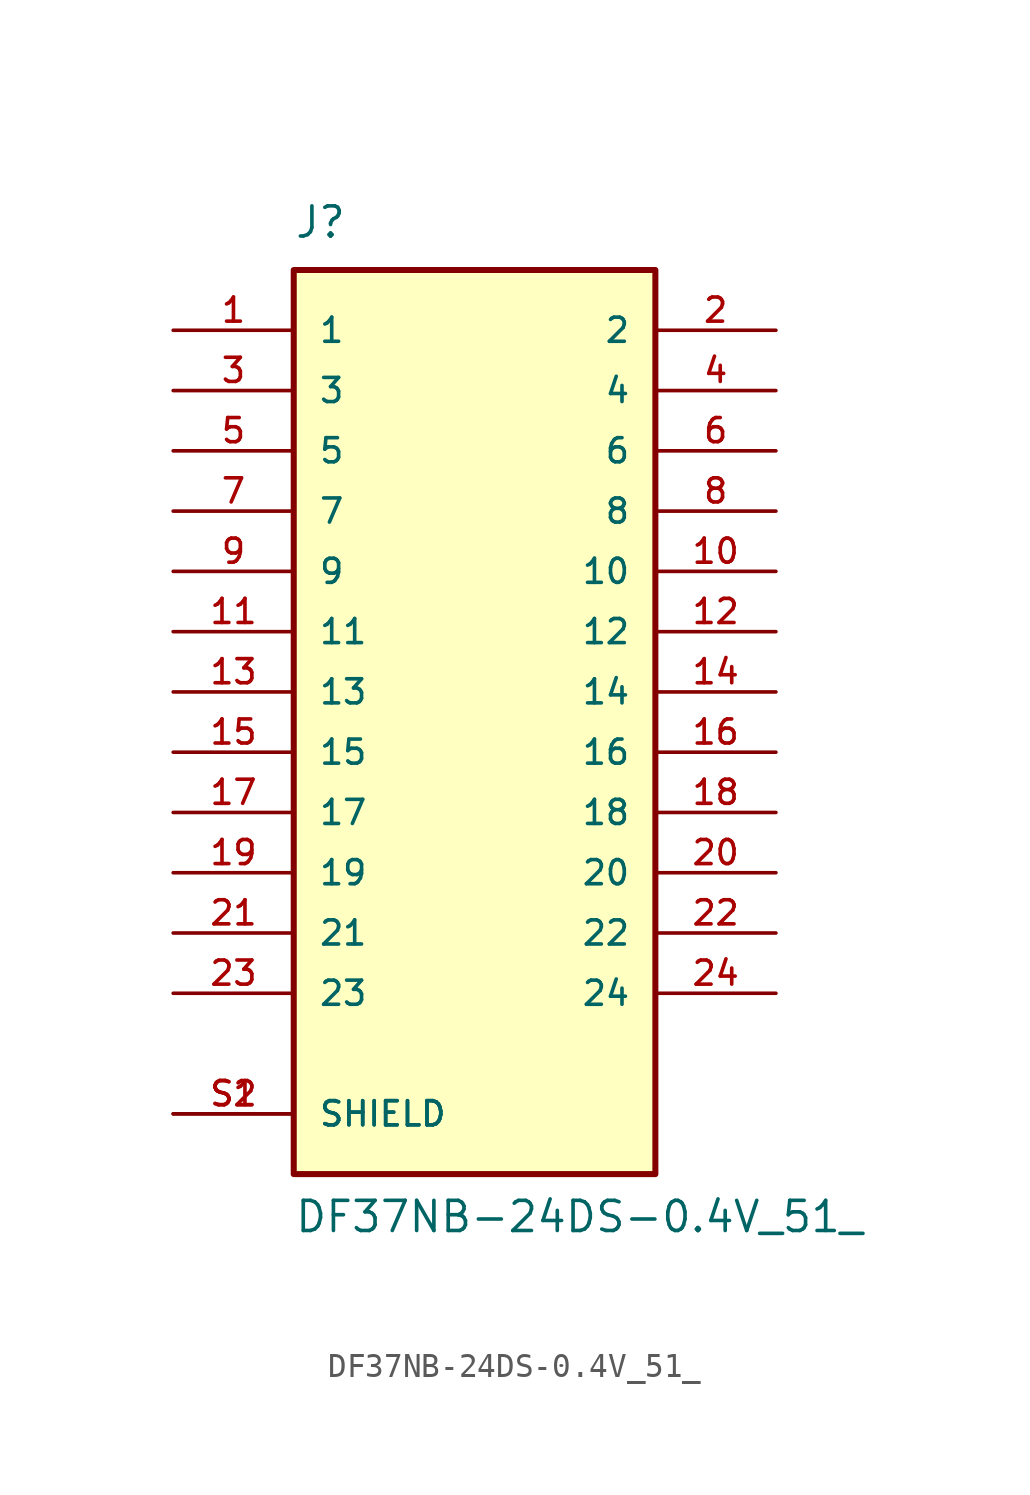
<source format=kicad_sym>
(kicad_symbol_lib
  (version 20211014)
  (generator kicad_symbol_editor)
  (symbol "DF37NB-24DS-0.4V_51_"
    (pin_names
      (offset 1.016))
    (property "Reference" "J"
      (at -7.62 19.05 0)
      (effects (font (size 1.27 1.27)) (justify bottom left)))
    (property "Value" "DF37NB-24DS-0.4V_51_"
      (at -7.62 -22.86 0)
      (effects (font (size 1.27 1.27)) (justify bottom left)))
    (symbol "DF37NB-24DS-0.4V_51__0_0"
      (rectangle (start -7.62 -20.32) (end 7.62 17.78) (stroke (width 0.254)) (fill (type background)))
      (pin passive line (at -12.7 15.24 0) (length 5.08) (name "1" (effects (font (size 1.016 1.016)))) (number "1" (effects (font (size 1.016 1.016)))))
      (pin passive line (at 12.7 15.24 180.0) (length 5.08) (name "2" (effects (font (size 1.016 1.016)))) (number "2" (effects (font (size 1.016 1.016)))))
      (pin passive line (at -12.7 12.7 0) (length 5.08) (name "3" (effects (font (size 1.016 1.016)))) (number "3" (effects (font (size 1.016 1.016)))))
      (pin passive line (at 12.7 12.7 180.0) (length 5.08) (name "4" (effects (font (size 1.016 1.016)))) (number "4" (effects (font (size 1.016 1.016)))))
      (pin passive line (at -12.7 10.16 0) (length 5.08) (name "5" (effects (font (size 1.016 1.016)))) (number "5" (effects (font (size 1.016 1.016)))))
      (pin passive line (at 12.7 10.16 180.0) (length 5.08) (name "6" (effects (font (size 1.016 1.016)))) (number "6" (effects (font (size 1.016 1.016)))))
      (pin passive line (at -12.7 7.62 0) (length 5.08) (name "7" (effects (font (size 1.016 1.016)))) (number "7" (effects (font (size 1.016 1.016)))))
      (pin passive line (at 12.7 7.62 180.0) (length 5.08) (name "8" (effects (font (size 1.016 1.016)))) (number "8" (effects (font (size 1.016 1.016)))))
      (pin passive line (at -12.7 5.08 0) (length 5.08) (name "9" (effects (font (size 1.016 1.016)))) (number "9" (effects (font (size 1.016 1.016)))))
      (pin passive line (at 12.7 5.08 180.0) (length 5.08) (name "10" (effects (font (size 1.016 1.016)))) (number "10" (effects (font (size 1.016 1.016)))))
      (pin passive line (at -12.7 -17.78 0) (length 5.08) (name "SHIELD" (effects (font (size 1.016 1.016)))) (number "S1" (effects (font (size 1.016 1.016)))))
      (pin passive line (at -12.7 -17.78 0) (length 5.08) (name "SHIELD" (effects (font (size 1.016 1.016)))) (number "S2" (effects (font (size 1.016 1.016)))))
      (pin passive line (at -12.7 2.54 0) (length 5.08) (name "11" (effects (font (size 1.016 1.016)))) (number "11" (effects (font (size 1.016 1.016)))))
      (pin passive line (at 12.7 2.54 180.0) (length 5.08) (name "12" (effects (font (size 1.016 1.016)))) (number "12" (effects (font (size 1.016 1.016)))))
      (pin passive line (at -12.7 0.0 0) (length 5.08) (name "13" (effects (font (size 1.016 1.016)))) (number "13" (effects (font (size 1.016 1.016)))))
      (pin passive line (at 12.7 0.0 180.0) (length 5.08) (name "14" (effects (font (size 1.016 1.016)))) (number "14" (effects (font (size 1.016 1.016)))))
      (pin passive line (at -12.7 -2.54 0) (length 5.08) (name "15" (effects (font (size 1.016 1.016)))) (number "15" (effects (font (size 1.016 1.016)))))
      (pin passive line (at 12.7 -2.54 180.0) (length 5.08) (name "16" (effects (font (size 1.016 1.016)))) (number "16" (effects (font (size 1.016 1.016)))))
      (pin passive line (at -12.7 -5.08 0) (length 5.08) (name "17" (effects (font (size 1.016 1.016)))) (number "17" (effects (font (size 1.016 1.016)))))
      (pin passive line (at 12.7 -5.08 180.0) (length 5.08) (name "18" (effects (font (size 1.016 1.016)))) (number "18" (effects (font (size 1.016 1.016)))))
      (pin passive line (at -12.7 -7.62 0) (length 5.08) (name "19" (effects (font (size 1.016 1.016)))) (number "19" (effects (font (size 1.016 1.016)))))
      (pin passive line (at 12.7 -7.62 180.0) (length 5.08) (name "20" (effects (font (size 1.016 1.016)))) (number "20" (effects (font (size 1.016 1.016)))))
      (pin passive line (at -12.7 -10.16 0) (length 5.08) (name "21" (effects (font (size 1.016 1.016)))) (number "21" (effects (font (size 1.016 1.016)))))
      (pin passive line (at 12.7 -10.16 180.0) (length 5.08) (name "22" (effects (font (size 1.016 1.016)))) (number "22" (effects (font (size 1.016 1.016)))))
      (pin passive line (at -12.7 -12.7 0) (length 5.08) (name "23" (effects (font (size 1.016 1.016)))) (number "23" (effects (font (size 1.016 1.016)))))
      (pin passive line (at 12.7 -12.7 180.0) (length 5.08) (name "24" (effects (font (size 1.016 1.016)))) (number "24" (effects (font (size 1.016 1.016))))))))
</source>
